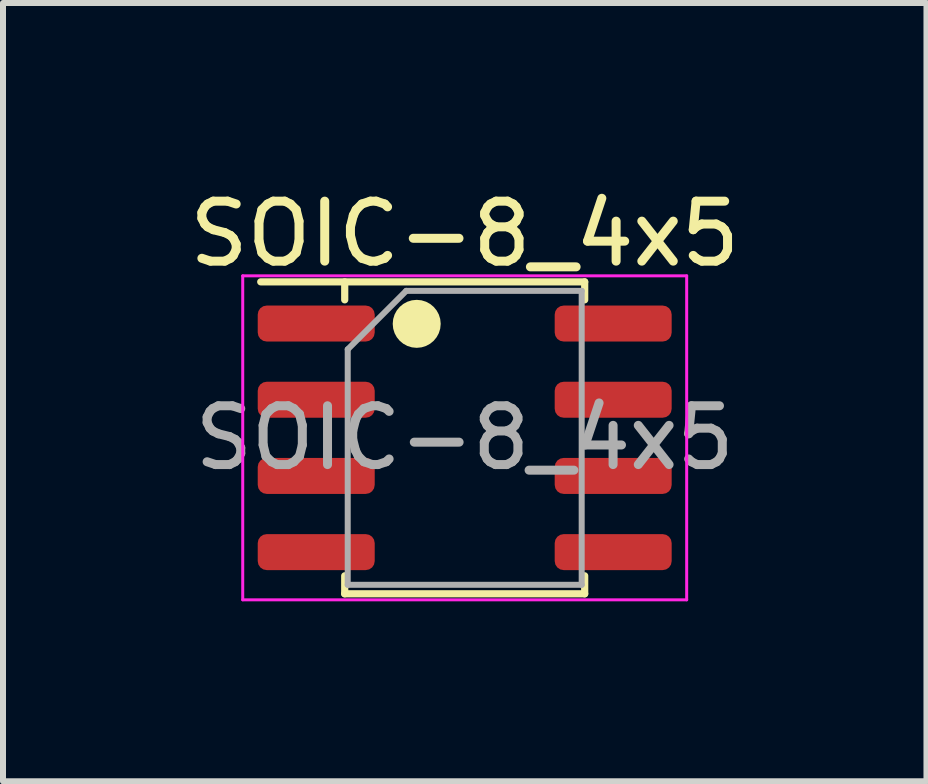
<source format=kicad_pcb>
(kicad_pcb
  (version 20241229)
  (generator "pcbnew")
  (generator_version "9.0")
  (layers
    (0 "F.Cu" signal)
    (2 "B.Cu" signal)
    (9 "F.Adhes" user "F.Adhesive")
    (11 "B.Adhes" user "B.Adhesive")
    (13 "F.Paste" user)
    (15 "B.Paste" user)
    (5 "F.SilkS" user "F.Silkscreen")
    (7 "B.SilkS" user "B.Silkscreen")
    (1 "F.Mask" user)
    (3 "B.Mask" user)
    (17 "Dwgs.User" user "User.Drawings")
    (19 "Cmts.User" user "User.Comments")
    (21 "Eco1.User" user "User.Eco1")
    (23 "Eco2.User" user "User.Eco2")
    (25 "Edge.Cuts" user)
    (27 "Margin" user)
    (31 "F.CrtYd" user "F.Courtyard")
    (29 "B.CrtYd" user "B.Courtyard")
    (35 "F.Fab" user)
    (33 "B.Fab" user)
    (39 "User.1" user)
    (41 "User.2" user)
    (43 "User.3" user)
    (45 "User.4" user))
  (footprint "SOIC-8_4x5"
    (layer "F.Cu")
    (at 4.696 4.248)
    (property "Reference" "SOIC-8_4x5" (at 0 -3.4 0) (layer "F.SilkS") (effects (font (size 1 1) (thickness 0.15))))
    (attr smd)
    (fp_line (start -3.4 -2.6) (end 2 -2.6) (stroke (width 0.12) (type solid)) (layer "F.SilkS"))
    (fp_line (start -2 -2.3) (end -2 -2.6) (stroke (width 0.12) (type solid)) (layer "F.SilkS"))
    (fp_line (start -2 2.6) (end -2 2.3) (stroke (width 0.12) (type solid)) (layer "F.SilkS"))
    (fp_line (start -2 2.6) (end 2 2.6) (stroke (width 0.12) (type solid)) (layer "F.SilkS"))
    (fp_line (start 2 -2.3) (end 2 -2.6) (stroke (width 0.12) (type solid)) (layer "F.SilkS"))
    (fp_line (start 2 2.6) (end 2 2.3) (stroke (width 0.12) (type solid)) (layer "F.SilkS"))
    (fp_circle (center -0.8 -1.9) (end -0.6 -1.9) (stroke (width 0.4) (type solid)) (fill no) (layer "F.SilkS"))
    (fp_line (start -3.7 -2.7) (end -3.7 2.7) (stroke (width 0.05) (type solid)) (layer "F.CrtYd"))
    (fp_line (start -3.7 2.7) (end 3.7 2.7) (stroke (width 0.05) (type solid)) (layer "F.CrtYd"))
    (fp_line (start 3.7 -2.7) (end -3.7 -2.7) (stroke (width 0.05) (type solid)) (layer "F.CrtYd"))
    (fp_line (start 3.7 2.7) (end 3.7 -2.7) (stroke (width 0.05) (type solid)) (layer "F.CrtYd"))
    (fp_line (start -1.95 -1.475) (end -0.975 -2.45) (stroke (width 0.1) (type solid)) (layer "F.Fab"))
    (fp_line (start -1.95 2.45) (end -1.95 -1.475) (stroke (width 0.1) (type solid)) (layer "F.Fab"))
    (fp_line (start -0.975 -2.45) (end 1.95 -2.45) (stroke (width 0.1) (type solid)) (layer "F.Fab"))
    (fp_line (start 1.95 -2.45) (end 1.95 2.45) (stroke (width 0.1) (type solid)) (layer "F.Fab"))
    (fp_line (start 1.95 2.45) (end -1.95 2.45) (stroke (width 0.1) (type solid)) (layer "F.Fab"))
    (fp_text user "${REFERENCE}" (at 0 0 0) (layer "F.Fab") (effects (font (size 0.98 0.98) (thickness 0.15))))
    (pad "1" smd roundrect (at -2.475 -1.905) (size 1.95 0.6) (layers "F.Cu" "F.Mask" "F.Paste") (roundrect_rratio 0.25))
    (pad "2" smd roundrect (at -2.475 -0.635) (size 1.95 0.6) (layers "F.Cu" "F.Mask" "F.Paste") (roundrect_rratio 0.25))
    (pad "3" smd roundrect (at -2.475 0.635) (size 1.95 0.6) (layers "F.Cu" "F.Mask" "F.Paste") (roundrect_rratio 0.25))
    (pad "4" smd roundrect (at -2.475 1.905) (size 1.95 0.6) (layers "F.Cu" "F.Mask" "F.Paste") (roundrect_rratio 0.25))
    (pad "5" smd roundrect (at 2.475 1.905) (size 1.95 0.6) (layers "F.Cu" "F.Mask" "F.Paste") (roundrect_rratio 0.25))
    (pad "6" smd roundrect (at 2.475 0.635) (size 1.95 0.6) (layers "F.Cu" "F.Mask" "F.Paste") (roundrect_rratio 0.25))
    (pad "7" smd roundrect (at 2.475 -0.635) (size 1.95 0.6) (layers "F.Cu" "F.Mask" "F.Paste") (roundrect_rratio 0.25))
    (pad "8" smd roundrect (at 2.475 -1.905) (size 1.95 0.6) (layers "F.Cu" "F.Mask" "F.Paste") (roundrect_rratio 0.25)))
  (gr_rect
    (start -3 -3)
    (end 12.393 9.973)
    (stroke (width 0.1) (type default))
    (fill no)
    (layer "Edge.Cuts")))
</source>
